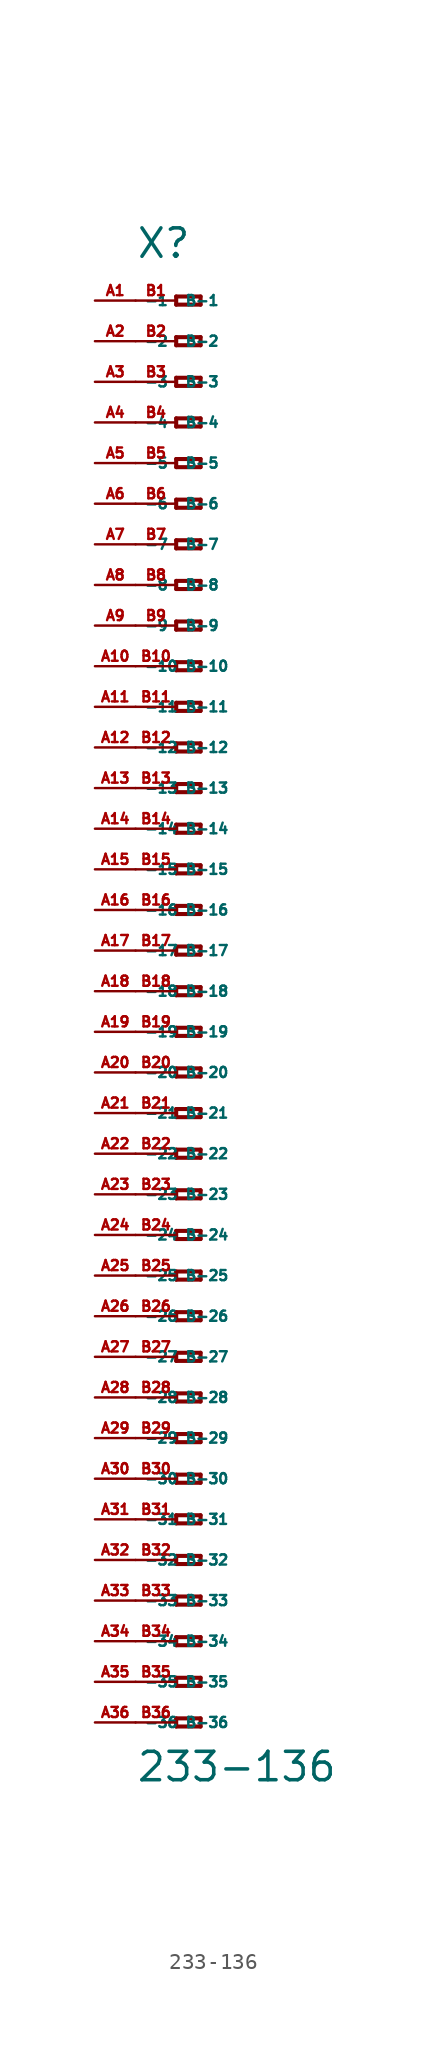
<source format=kicad_sym>
(kicad_symbol_lib
  (version 20220914)
  (generator Eagle2Kicad)
  (symbol "233-136"
    (property "Reference" "X"
      (at -5.08 45.72 0)
      (effects (font (size 1.778 1.778) (thickness 0.22)) (justify left bottom)))
    (property "Value" "233-136"
      (at -5.08 -49.53 0)
      (effects (font (size 1.778 1.778) (thickness 0.22)) (justify left bottom)))
    (polyline
      (pts (xy -2.54 43.434) (xy -2.54 42.926))
      (stroke (width 0.254) (type default))
      (fill (type none)))
    (polyline
      (pts (xy -2.54 42.926) (xy -1.016 42.926))
      (stroke (width 0.254) (type default))
      (fill (type none)))
    (polyline
      (pts (xy -1.016 42.926) (xy -1.016 43.434))
      (stroke (width 0.254) (type default))
      (fill (type none)))
    (polyline
      (pts (xy -1.016 43.434) (xy -2.54 43.434))
      (stroke (width 0.254) (type default))
      (fill (type none)))
    (polyline
      (pts (xy -2.54 40.894) (xy -2.54 40.386))
      (stroke (width 0.254) (type default))
      (fill (type none)))
    (polyline
      (pts (xy -2.54 40.386) (xy -1.016 40.386))
      (stroke (width 0.254) (type default))
      (fill (type none)))
    (polyline
      (pts (xy -1.016 40.386) (xy -1.016 40.894))
      (stroke (width 0.254) (type default))
      (fill (type none)))
    (polyline
      (pts (xy -1.016 40.894) (xy -2.54 40.894))
      (stroke (width 0.254) (type default))
      (fill (type none)))
    (polyline
      (pts (xy -2.54 38.354) (xy -2.54 37.846))
      (stroke (width 0.254) (type default))
      (fill (type none)))
    (polyline
      (pts (xy -2.54 37.846) (xy -1.016 37.846))
      (stroke (width 0.254) (type default))
      (fill (type none)))
    (polyline
      (pts (xy -1.016 37.846) (xy -1.016 38.354))
      (stroke (width 0.254) (type default))
      (fill (type none)))
    (polyline
      (pts (xy -1.016 38.354) (xy -2.54 38.354))
      (stroke (width 0.254) (type default))
      (fill (type none)))
    (polyline
      (pts (xy -2.54 35.814) (xy -2.54 35.306))
      (stroke (width 0.254) (type default))
      (fill (type none)))
    (polyline
      (pts (xy -2.54 35.306) (xy -1.016 35.306))
      (stroke (width 0.254) (type default))
      (fill (type none)))
    (polyline
      (pts (xy -1.016 35.306) (xy -1.016 35.814))
      (stroke (width 0.254) (type default))
      (fill (type none)))
    (polyline
      (pts (xy -1.016 35.814) (xy -2.54 35.814))
      (stroke (width 0.254) (type default))
      (fill (type none)))
    (polyline
      (pts (xy -2.54 33.274) (xy -2.54 32.766))
      (stroke (width 0.254) (type default))
      (fill (type none)))
    (polyline
      (pts (xy -2.54 32.766) (xy -1.016 32.766))
      (stroke (width 0.254) (type default))
      (fill (type none)))
    (polyline
      (pts (xy -1.016 32.766) (xy -1.016 33.274))
      (stroke (width 0.254) (type default))
      (fill (type none)))
    (polyline
      (pts (xy -1.016 33.274) (xy -2.54 33.274))
      (stroke (width 0.254) (type default))
      (fill (type none)))
    (polyline
      (pts (xy -2.54 30.734) (xy -2.54 30.226))
      (stroke (width 0.254) (type default))
      (fill (type none)))
    (polyline
      (pts (xy -2.54 30.226) (xy -1.016 30.226))
      (stroke (width 0.254) (type default))
      (fill (type none)))
    (polyline
      (pts (xy -1.016 30.226) (xy -1.016 30.734))
      (stroke (width 0.254) (type default))
      (fill (type none)))
    (polyline
      (pts (xy -1.016 30.734) (xy -2.54 30.734))
      (stroke (width 0.254) (type default))
      (fill (type none)))
    (polyline
      (pts (xy -2.54 28.194) (xy -2.54 27.686))
      (stroke (width 0.254) (type default))
      (fill (type none)))
    (polyline
      (pts (xy -2.54 27.686) (xy -1.016 27.686))
      (stroke (width 0.254) (type default))
      (fill (type none)))
    (polyline
      (pts (xy -1.016 27.686) (xy -1.016 28.194))
      (stroke (width 0.254) (type default))
      (fill (type none)))
    (polyline
      (pts (xy -1.016 28.194) (xy -2.54 28.194))
      (stroke (width 0.254) (type default))
      (fill (type none)))
    (polyline
      (pts (xy -2.54 25.654) (xy -2.54 25.146))
      (stroke (width 0.254) (type default))
      (fill (type none)))
    (polyline
      (pts (xy -2.54 25.146) (xy -1.016 25.146))
      (stroke (width 0.254) (type default))
      (fill (type none)))
    (polyline
      (pts (xy -1.016 25.146) (xy -1.016 25.654))
      (stroke (width 0.254) (type default))
      (fill (type none)))
    (polyline
      (pts (xy -1.016 25.654) (xy -2.54 25.654))
      (stroke (width 0.254) (type default))
      (fill (type none)))
    (polyline
      (pts (xy -2.54 23.114) (xy -2.54 22.606))
      (stroke (width 0.254) (type default))
      (fill (type none)))
    (polyline
      (pts (xy -2.54 22.606) (xy -1.016 22.606))
      (stroke (width 0.254) (type default))
      (fill (type none)))
    (polyline
      (pts (xy -1.016 22.606) (xy -1.016 23.114))
      (stroke (width 0.254) (type default))
      (fill (type none)))
    (polyline
      (pts (xy -1.016 23.114) (xy -2.54 23.114))
      (stroke (width 0.254) (type default))
      (fill (type none)))
    (polyline
      (pts (xy -2.54 20.574) (xy -2.54 20.066))
      (stroke (width 0.254) (type default))
      (fill (type none)))
    (polyline
      (pts (xy -2.54 20.066) (xy -1.016 20.066))
      (stroke (width 0.254) (type default))
      (fill (type none)))
    (polyline
      (pts (xy -1.016 20.066) (xy -1.016 20.574))
      (stroke (width 0.254) (type default))
      (fill (type none)))
    (polyline
      (pts (xy -1.016 20.574) (xy -2.54 20.574))
      (stroke (width 0.254) (type default))
      (fill (type none)))
    (polyline
      (pts (xy -2.54 18.034) (xy -2.54 17.526))
      (stroke (width 0.254) (type default))
      (fill (type none)))
    (polyline
      (pts (xy -2.54 17.526) (xy -1.016 17.526))
      (stroke (width 0.254) (type default))
      (fill (type none)))
    (polyline
      (pts (xy -1.016 17.526) (xy -1.016 18.034))
      (stroke (width 0.254) (type default))
      (fill (type none)))
    (polyline
      (pts (xy -1.016 18.034) (xy -2.54 18.034))
      (stroke (width 0.254) (type default))
      (fill (type none)))
    (polyline
      (pts (xy -2.54 15.494) (xy -2.54 14.986))
      (stroke (width 0.254) (type default))
      (fill (type none)))
    (polyline
      (pts (xy -2.54 14.986) (xy -1.016 14.986))
      (stroke (width 0.254) (type default))
      (fill (type none)))
    (polyline
      (pts (xy -1.016 14.986) (xy -1.016 15.494))
      (stroke (width 0.254) (type default))
      (fill (type none)))
    (polyline
      (pts (xy -1.016 15.494) (xy -2.54 15.494))
      (stroke (width 0.254) (type default))
      (fill (type none)))
    (polyline
      (pts (xy -2.54 12.954) (xy -2.54 12.446))
      (stroke (width 0.254) (type default))
      (fill (type none)))
    (polyline
      (pts (xy -2.54 12.446) (xy -1.016 12.446))
      (stroke (width 0.254) (type default))
      (fill (type none)))
    (polyline
      (pts (xy -1.016 12.446) (xy -1.016 12.954))
      (stroke (width 0.254) (type default))
      (fill (type none)))
    (polyline
      (pts (xy -1.016 12.954) (xy -2.54 12.954))
      (stroke (width 0.254) (type default))
      (fill (type none)))
    (polyline
      (pts (xy -2.54 10.414) (xy -2.54 9.906))
      (stroke (width 0.254) (type default))
      (fill (type none)))
    (polyline
      (pts (xy -2.54 9.906) (xy -1.016 9.906))
      (stroke (width 0.254) (type default))
      (fill (type none)))
    (polyline
      (pts (xy -1.016 9.906) (xy -1.016 10.414))
      (stroke (width 0.254) (type default))
      (fill (type none)))
    (polyline
      (pts (xy -1.016 10.414) (xy -2.54 10.414))
      (stroke (width 0.254) (type default))
      (fill (type none)))
    (polyline
      (pts (xy -2.54 7.874) (xy -2.54 7.366))
      (stroke (width 0.254) (type default))
      (fill (type none)))
    (polyline
      (pts (xy -2.54 7.366) (xy -1.016 7.366))
      (stroke (width 0.254) (type default))
      (fill (type none)))
    (polyline
      (pts (xy -1.016 7.366) (xy -1.016 7.874))
      (stroke (width 0.254) (type default))
      (fill (type none)))
    (polyline
      (pts (xy -1.016 7.874) (xy -2.54 7.874))
      (stroke (width 0.254) (type default))
      (fill (type none)))
    (polyline
      (pts (xy -2.54 5.334) (xy -2.54 4.826))
      (stroke (width 0.254) (type default))
      (fill (type none)))
    (polyline
      (pts (xy -2.54 4.826) (xy -1.016 4.826))
      (stroke (width 0.254) (type default))
      (fill (type none)))
    (polyline
      (pts (xy -1.016 4.826) (xy -1.016 5.334))
      (stroke (width 0.254) (type default))
      (fill (type none)))
    (polyline
      (pts (xy -1.016 5.334) (xy -2.54 5.334))
      (stroke (width 0.254) (type default))
      (fill (type none)))
    (polyline
      (pts (xy -2.54 2.794) (xy -2.54 2.286))
      (stroke (width 0.254) (type default))
      (fill (type none)))
    (polyline
      (pts (xy -2.54 2.286) (xy -1.016 2.286))
      (stroke (width 0.254) (type default))
      (fill (type none)))
    (polyline
      (pts (xy -1.016 2.286) (xy -1.016 2.794))
      (stroke (width 0.254) (type default))
      (fill (type none)))
    (polyline
      (pts (xy -1.016 2.794) (xy -2.54 2.794))
      (stroke (width 0.254) (type default))
      (fill (type none)))
    (polyline
      (pts (xy -2.54 0.254) (xy -2.54 -0.254))
      (stroke (width 0.254) (type default))
      (fill (type none)))
    (polyline
      (pts (xy -2.54 -0.254) (xy -1.016 -0.254))
      (stroke (width 0.254) (type default))
      (fill (type none)))
    (polyline
      (pts (xy -1.016 -0.254) (xy -1.016 0.254))
      (stroke (width 0.254) (type default))
      (fill (type none)))
    (polyline
      (pts (xy -1.016 0.254) (xy -2.54 0.254))
      (stroke (width 0.254) (type default))
      (fill (type none)))
    (polyline
      (pts (xy -2.54 -2.286) (xy -2.54 -2.794))
      (stroke (width 0.254) (type default))
      (fill (type none)))
    (polyline
      (pts (xy -2.54 -2.794) (xy -1.016 -2.794))
      (stroke (width 0.254) (type default))
      (fill (type none)))
    (polyline
      (pts (xy -1.016 -2.794) (xy -1.016 -2.286))
      (stroke (width 0.254) (type default))
      (fill (type none)))
    (polyline
      (pts (xy -1.016 -2.286) (xy -2.54 -2.286))
      (stroke (width 0.254) (type default))
      (fill (type none)))
    (polyline
      (pts (xy -2.54 -4.826) (xy -2.54 -5.334))
      (stroke (width 0.254) (type default))
      (fill (type none)))
    (polyline
      (pts (xy -2.54 -5.334) (xy -1.016 -5.334))
      (stroke (width 0.254) (type default))
      (fill (type none)))
    (polyline
      (pts (xy -1.016 -5.334) (xy -1.016 -4.826))
      (stroke (width 0.254) (type default))
      (fill (type none)))
    (polyline
      (pts (xy -1.016 -4.826) (xy -2.54 -4.826))
      (stroke (width 0.254) (type default))
      (fill (type none)))
    (polyline
      (pts (xy -2.54 -7.366) (xy -2.54 -7.874))
      (stroke (width 0.254) (type default))
      (fill (type none)))
    (polyline
      (pts (xy -2.54 -7.874) (xy -1.016 -7.874))
      (stroke (width 0.254) (type default))
      (fill (type none)))
    (polyline
      (pts (xy -1.016 -7.874) (xy -1.016 -7.366))
      (stroke (width 0.254) (type default))
      (fill (type none)))
    (polyline
      (pts (xy -1.016 -7.366) (xy -2.54 -7.366))
      (stroke (width 0.254) (type default))
      (fill (type none)))
    (polyline
      (pts (xy -2.54 -9.906) (xy -2.54 -10.414))
      (stroke (width 0.254) (type default))
      (fill (type none)))
    (polyline
      (pts (xy -2.54 -10.414) (xy -1.016 -10.414))
      (stroke (width 0.254) (type default))
      (fill (type none)))
    (polyline
      (pts (xy -1.016 -10.414) (xy -1.016 -9.906))
      (stroke (width 0.254) (type default))
      (fill (type none)))
    (polyline
      (pts (xy -1.016 -9.906) (xy -2.54 -9.906))
      (stroke (width 0.254) (type default))
      (fill (type none)))
    (polyline
      (pts (xy -2.54 -12.446) (xy -2.54 -12.954))
      (stroke (width 0.254) (type default))
      (fill (type none)))
    (polyline
      (pts (xy -2.54 -12.954) (xy -1.016 -12.954))
      (stroke (width 0.254) (type default))
      (fill (type none)))
    (polyline
      (pts (xy -1.016 -12.954) (xy -1.016 -12.446))
      (stroke (width 0.254) (type default))
      (fill (type none)))
    (polyline
      (pts (xy -1.016 -12.446) (xy -2.54 -12.446))
      (stroke (width 0.254) (type default))
      (fill (type none)))
    (polyline
      (pts (xy -2.54 -14.986) (xy -2.54 -15.494))
      (stroke (width 0.254) (type default))
      (fill (type none)))
    (polyline
      (pts (xy -2.54 -15.494) (xy -1.016 -15.494))
      (stroke (width 0.254) (type default))
      (fill (type none)))
    (polyline
      (pts (xy -1.016 -15.494) (xy -1.016 -14.986))
      (stroke (width 0.254) (type default))
      (fill (type none)))
    (polyline
      (pts (xy -1.016 -14.986) (xy -2.54 -14.986))
      (stroke (width 0.254) (type default))
      (fill (type none)))
    (polyline
      (pts (xy -2.54 -17.526) (xy -2.54 -18.034))
      (stroke (width 0.254) (type default))
      (fill (type none)))
    (polyline
      (pts (xy -2.54 -18.034) (xy -1.016 -18.034))
      (stroke (width 0.254) (type default))
      (fill (type none)))
    (polyline
      (pts (xy -1.016 -18.034) (xy -1.016 -17.526))
      (stroke (width 0.254) (type default))
      (fill (type none)))
    (polyline
      (pts (xy -1.016 -17.526) (xy -2.54 -17.526))
      (stroke (width 0.254) (type default))
      (fill (type none)))
    (polyline
      (pts (xy -2.54 -20.066) (xy -2.54 -20.574))
      (stroke (width 0.254) (type default))
      (fill (type none)))
    (polyline
      (pts (xy -2.54 -20.574) (xy -1.016 -20.574))
      (stroke (width 0.254) (type default))
      (fill (type none)))
    (polyline
      (pts (xy -1.016 -20.574) (xy -1.016 -20.066))
      (stroke (width 0.254) (type default))
      (fill (type none)))
    (polyline
      (pts (xy -1.016 -20.066) (xy -2.54 -20.066))
      (stroke (width 0.254) (type default))
      (fill (type none)))
    (polyline
      (pts (xy -2.54 -22.606) (xy -2.54 -23.114))
      (stroke (width 0.254) (type default))
      (fill (type none)))
    (polyline
      (pts (xy -2.54 -23.114) (xy -1.016 -23.114))
      (stroke (width 0.254) (type default))
      (fill (type none)))
    (polyline
      (pts (xy -1.016 -23.114) (xy -1.016 -22.606))
      (stroke (width 0.254) (type default))
      (fill (type none)))
    (polyline
      (pts (xy -1.016 -22.606) (xy -2.54 -22.606))
      (stroke (width 0.254) (type default))
      (fill (type none)))
    (polyline
      (pts (xy -2.54 -25.146) (xy -2.54 -25.654))
      (stroke (width 0.254) (type default))
      (fill (type none)))
    (polyline
      (pts (xy -2.54 -25.654) (xy -1.016 -25.654))
      (stroke (width 0.254) (type default))
      (fill (type none)))
    (polyline
      (pts (xy -1.016 -25.654) (xy -1.016 -25.146))
      (stroke (width 0.254) (type default))
      (fill (type none)))
    (polyline
      (pts (xy -1.016 -25.146) (xy -2.54 -25.146))
      (stroke (width 0.254) (type default))
      (fill (type none)))
    (polyline
      (pts (xy -2.54 -27.686) (xy -2.54 -28.194))
      (stroke (width 0.254) (type default))
      (fill (type none)))
    (polyline
      (pts (xy -2.54 -28.194) (xy -1.016 -28.194))
      (stroke (width 0.254) (type default))
      (fill (type none)))
    (polyline
      (pts (xy -1.016 -28.194) (xy -1.016 -27.686))
      (stroke (width 0.254) (type default))
      (fill (type none)))
    (polyline
      (pts (xy -1.016 -27.686) (xy -2.54 -27.686))
      (stroke (width 0.254) (type default))
      (fill (type none)))
    (polyline
      (pts (xy -2.54 -30.226) (xy -2.54 -30.734))
      (stroke (width 0.254) (type default))
      (fill (type none)))
    (polyline
      (pts (xy -2.54 -30.734) (xy -1.016 -30.734))
      (stroke (width 0.254) (type default))
      (fill (type none)))
    (polyline
      (pts (xy -1.016 -30.734) (xy -1.016 -30.226))
      (stroke (width 0.254) (type default))
      (fill (type none)))
    (polyline
      (pts (xy -1.016 -30.226) (xy -2.54 -30.226))
      (stroke (width 0.254) (type default))
      (fill (type none)))
    (polyline
      (pts (xy -2.54 -32.766) (xy -2.54 -33.274))
      (stroke (width 0.254) (type default))
      (fill (type none)))
    (polyline
      (pts (xy -2.54 -33.274) (xy -1.016 -33.274))
      (stroke (width 0.254) (type default))
      (fill (type none)))
    (polyline
      (pts (xy -1.016 -33.274) (xy -1.016 -32.766))
      (stroke (width 0.254) (type default))
      (fill (type none)))
    (polyline
      (pts (xy -1.016 -32.766) (xy -2.54 -32.766))
      (stroke (width 0.254) (type default))
      (fill (type none)))
    (polyline
      (pts (xy -2.54 -35.306) (xy -2.54 -35.814))
      (stroke (width 0.254) (type default))
      (fill (type none)))
    (polyline
      (pts (xy -2.54 -35.814) (xy -1.016 -35.814))
      (stroke (width 0.254) (type default))
      (fill (type none)))
    (polyline
      (pts (xy -1.016 -35.814) (xy -1.016 -35.306))
      (stroke (width 0.254) (type default))
      (fill (type none)))
    (polyline
      (pts (xy -1.016 -35.306) (xy -2.54 -35.306))
      (stroke (width 0.254) (type default))
      (fill (type none)))
    (polyline
      (pts (xy -2.54 -37.846) (xy -2.54 -38.354))
      (stroke (width 0.254) (type default))
      (fill (type none)))
    (polyline
      (pts (xy -2.54 -38.354) (xy -1.016 -38.354))
      (stroke (width 0.254) (type default))
      (fill (type none)))
    (polyline
      (pts (xy -1.016 -38.354) (xy -1.016 -37.846))
      (stroke (width 0.254) (type default))
      (fill (type none)))
    (polyline
      (pts (xy -1.016 -37.846) (xy -2.54 -37.846))
      (stroke (width 0.254) (type default))
      (fill (type none)))
    (polyline
      (pts (xy -2.54 -40.386) (xy -2.54 -40.894))
      (stroke (width 0.254) (type default))
      (fill (type none)))
    (polyline
      (pts (xy -2.54 -40.894) (xy -1.016 -40.894))
      (stroke (width 0.254) (type default))
      (fill (type none)))
    (polyline
      (pts (xy -1.016 -40.894) (xy -1.016 -40.386))
      (stroke (width 0.254) (type default))
      (fill (type none)))
    (polyline
      (pts (xy -1.016 -40.386) (xy -2.54 -40.386))
      (stroke (width 0.254) (type default))
      (fill (type none)))
    (polyline
      (pts (xy -2.54 -42.926) (xy -2.54 -43.434))
      (stroke (width 0.254) (type default))
      (fill (type none)))
    (polyline
      (pts (xy -2.54 -43.434) (xy -1.016 -43.434))
      (stroke (width 0.254) (type default))
      (fill (type none)))
    (polyline
      (pts (xy -1.016 -43.434) (xy -1.016 -42.926))
      (stroke (width 0.254) (type default))
      (fill (type none)))
    (polyline
      (pts (xy -1.016 -42.926) (xy -2.54 -42.926))
      (stroke (width 0.254) (type default))
      (fill (type none)))
    (polyline
      (pts (xy -2.54 -45.466) (xy -2.54 -45.974))
      (stroke (width 0.254) (type default))
      (fill (type none)))
    (polyline
      (pts (xy -2.54 -45.974) (xy -1.016 -45.974))
      (stroke (width 0.254) (type default))
      (fill (type none)))
    (polyline
      (pts (xy -1.016 -45.974) (xy -1.016 -45.466))
      (stroke (width 0.254) (type default))
      (fill (type none)))
    (polyline
      (pts (xy -1.016 -45.466) (xy -2.54 -45.466))
      (stroke (width 0.254) (type default))
      (fill (type none)))
    (pin passive line
      (at -7.62 43.18 0)
      (length 2.54)
      (name "-1" (effects (font (size 0.635 0.635) (thickness 0.08)) (justify left bottom)))
      (number "A1" (effects (font (size 0.635 0.635) (thickness 0.08)) (justify left bottom))))
    (pin passive line
      (at -7.62 40.64 0)
      (length 2.54)
      (name "-2" (effects (font (size 0.635 0.635) (thickness 0.08)) (justify left bottom)))
      (number "A2" (effects (font (size 0.635 0.635) (thickness 0.08)) (justify left bottom))))
    (pin passive line
      (at -7.62 38.1 0)
      (length 2.54)
      (name "-3" (effects (font (size 0.635 0.635) (thickness 0.08)) (justify left bottom)))
      (number "A3" (effects (font (size 0.635 0.635) (thickness 0.08)) (justify left bottom))))
    (pin passive line
      (at -7.62 35.56 0)
      (length 2.54)
      (name "-4" (effects (font (size 0.635 0.635) (thickness 0.08)) (justify left bottom)))
      (number "A4" (effects (font (size 0.635 0.635) (thickness 0.08)) (justify left bottom))))
    (pin passive line
      (at -7.62 33.02 0)
      (length 2.54)
      (name "-5" (effects (font (size 0.635 0.635) (thickness 0.08)) (justify left bottom)))
      (number "A5" (effects (font (size 0.635 0.635) (thickness 0.08)) (justify left bottom))))
    (pin passive line
      (at -7.62 30.48 0)
      (length 2.54)
      (name "-6" (effects (font (size 0.635 0.635) (thickness 0.08)) (justify left bottom)))
      (number "A6" (effects (font (size 0.635 0.635) (thickness 0.08)) (justify left bottom))))
    (pin passive line
      (at -7.62 27.94 0)
      (length 2.54)
      (name "-7" (effects (font (size 0.635 0.635) (thickness 0.08)) (justify left bottom)))
      (number "A7" (effects (font (size 0.635 0.635) (thickness 0.08)) (justify left bottom))))
    (pin passive line
      (at -7.62 25.4 0)
      (length 2.54)
      (name "-8" (effects (font (size 0.635 0.635) (thickness 0.08)) (justify left bottom)))
      (number "A8" (effects (font (size 0.635 0.635) (thickness 0.08)) (justify left bottom))))
    (pin passive line
      (at -7.62 22.86 0)
      (length 2.54)
      (name "-9" (effects (font (size 0.635 0.635) (thickness 0.08)) (justify left bottom)))
      (number "A9" (effects (font (size 0.635 0.635) (thickness 0.08)) (justify left bottom))))
    (pin passive line
      (at -7.62 20.32 0)
      (length 2.54)
      (name "-10" (effects (font (size 0.635 0.635) (thickness 0.08)) (justify left bottom)))
      (number "A10" (effects (font (size 0.635 0.635) (thickness 0.08)) (justify left bottom))))
    (pin passive line
      (at -7.62 17.78 0)
      (length 2.54)
      (name "-11" (effects (font (size 0.635 0.635) (thickness 0.08)) (justify left bottom)))
      (number "A11" (effects (font (size 0.635 0.635) (thickness 0.08)) (justify left bottom))))
    (pin passive line
      (at -7.62 15.24 0)
      (length 2.54)
      (name "-12" (effects (font (size 0.635 0.635) (thickness 0.08)) (justify left bottom)))
      (number "A12" (effects (font (size 0.635 0.635) (thickness 0.08)) (justify left bottom))))
    (pin passive line
      (at -7.62 12.7 0)
      (length 2.54)
      (name "-13" (effects (font (size 0.635 0.635) (thickness 0.08)) (justify left bottom)))
      (number "A13" (effects (font (size 0.635 0.635) (thickness 0.08)) (justify left bottom))))
    (pin passive line
      (at -7.62 10.16 0)
      (length 2.54)
      (name "-14" (effects (font (size 0.635 0.635) (thickness 0.08)) (justify left bottom)))
      (number "A14" (effects (font (size 0.635 0.635) (thickness 0.08)) (justify left bottom))))
    (pin passive line
      (at -7.62 7.62 0)
      (length 2.54)
      (name "-15" (effects (font (size 0.635 0.635) (thickness 0.08)) (justify left bottom)))
      (number "A15" (effects (font (size 0.635 0.635) (thickness 0.08)) (justify left bottom))))
    (pin passive line
      (at -7.62 5.08 0)
      (length 2.54)
      (name "-16" (effects (font (size 0.635 0.635) (thickness 0.08)) (justify left bottom)))
      (number "A16" (effects (font (size 0.635 0.635) (thickness 0.08)) (justify left bottom))))
    (pin passive line
      (at -7.62 2.54 0)
      (length 2.54)
      (name "-17" (effects (font (size 0.635 0.635) (thickness 0.08)) (justify left bottom)))
      (number "A17" (effects (font (size 0.635 0.635) (thickness 0.08)) (justify left bottom))))
    (pin passive line
      (at -7.62 0 0)
      (length 2.54)
      (name "-18" (effects (font (size 0.635 0.635) (thickness 0.08)) (justify left bottom)))
      (number "A18" (effects (font (size 0.635 0.635) (thickness 0.08)) (justify left bottom))))
    (pin passive line
      (at -7.62 -2.54 0)
      (length 2.54)
      (name "-19" (effects (font (size 0.635 0.635) (thickness 0.08)) (justify left bottom)))
      (number "A19" (effects (font (size 0.635 0.635) (thickness 0.08)) (justify left bottom))))
    (pin passive line
      (at -7.62 -5.08 0)
      (length 2.54)
      (name "-20" (effects (font (size 0.635 0.635) (thickness 0.08)) (justify left bottom)))
      (number "A20" (effects (font (size 0.635 0.635) (thickness 0.08)) (justify left bottom))))
    (pin passive line
      (at -7.62 -7.62 0)
      (length 2.54)
      (name "-21" (effects (font (size 0.635 0.635) (thickness 0.08)) (justify left bottom)))
      (number "A21" (effects (font (size 0.635 0.635) (thickness 0.08)) (justify left bottom))))
    (pin passive line
      (at -7.62 -10.16 0)
      (length 2.54)
      (name "-22" (effects (font (size 0.635 0.635) (thickness 0.08)) (justify left bottom)))
      (number "A22" (effects (font (size 0.635 0.635) (thickness 0.08)) (justify left bottom))))
    (pin passive line
      (at -7.62 -12.7 0)
      (length 2.54)
      (name "-23" (effects (font (size 0.635 0.635) (thickness 0.08)) (justify left bottom)))
      (number "A23" (effects (font (size 0.635 0.635) (thickness 0.08)) (justify left bottom))))
    (pin passive line
      (at -7.62 -15.24 0)
      (length 2.54)
      (name "-24" (effects (font (size 0.635 0.635) (thickness 0.08)) (justify left bottom)))
      (number "A24" (effects (font (size 0.635 0.635) (thickness 0.08)) (justify left bottom))))
    (pin passive line
      (at -7.62 -17.78 0)
      (length 2.54)
      (name "-25" (effects (font (size 0.635 0.635) (thickness 0.08)) (justify left bottom)))
      (number "A25" (effects (font (size 0.635 0.635) (thickness 0.08)) (justify left bottom))))
    (pin passive line
      (at -7.62 -20.32 0)
      (length 2.54)
      (name "-26" (effects (font (size 0.635 0.635) (thickness 0.08)) (justify left bottom)))
      (number "A26" (effects (font (size 0.635 0.635) (thickness 0.08)) (justify left bottom))))
    (pin passive line
      (at -7.62 -22.86 0)
      (length 2.54)
      (name "-27" (effects (font (size 0.635 0.635) (thickness 0.08)) (justify left bottom)))
      (number "A27" (effects (font (size 0.635 0.635) (thickness 0.08)) (justify left bottom))))
    (pin passive line
      (at -7.62 -25.4 0)
      (length 2.54)
      (name "-28" (effects (font (size 0.635 0.635) (thickness 0.08)) (justify left bottom)))
      (number "A28" (effects (font (size 0.635 0.635) (thickness 0.08)) (justify left bottom))))
    (pin passive line
      (at -7.62 -27.94 0)
      (length 2.54)
      (name "-29" (effects (font (size 0.635 0.635) (thickness 0.08)) (justify left bottom)))
      (number "A29" (effects (font (size 0.635 0.635) (thickness 0.08)) (justify left bottom))))
    (pin passive line
      (at -7.62 -30.48 0)
      (length 2.54)
      (name "-30" (effects (font (size 0.635 0.635) (thickness 0.08)) (justify left bottom)))
      (number "A30" (effects (font (size 0.635 0.635) (thickness 0.08)) (justify left bottom))))
    (pin passive line
      (at -7.62 -33.02 0)
      (length 2.54)
      (name "-31" (effects (font (size 0.635 0.635) (thickness 0.08)) (justify left bottom)))
      (number "A31" (effects (font (size 0.635 0.635) (thickness 0.08)) (justify left bottom))))
    (pin passive line
      (at -7.62 -35.56 0)
      (length 2.54)
      (name "-32" (effects (font (size 0.635 0.635) (thickness 0.08)) (justify left bottom)))
      (number "A32" (effects (font (size 0.635 0.635) (thickness 0.08)) (justify left bottom))))
    (pin passive line
      (at -7.62 -38.1 0)
      (length 2.54)
      (name "-33" (effects (font (size 0.635 0.635) (thickness 0.08)) (justify left bottom)))
      (number "A33" (effects (font (size 0.635 0.635) (thickness 0.08)) (justify left bottom))))
    (pin passive line
      (at -7.62 -40.64 0)
      (length 2.54)
      (name "-34" (effects (font (size 0.635 0.635) (thickness 0.08)) (justify left bottom)))
      (number "A34" (effects (font (size 0.635 0.635) (thickness 0.08)) (justify left bottom))))
    (pin passive line
      (at -7.62 -43.18 0)
      (length 2.54)
      (name "-35" (effects (font (size 0.635 0.635) (thickness 0.08)) (justify left bottom)))
      (number "A35" (effects (font (size 0.635 0.635) (thickness 0.08)) (justify left bottom))))
    (pin passive line
      (at -7.62 -45.72 0)
      (length 2.54)
      (name "-36" (effects (font (size 0.635 0.635) (thickness 0.08)) (justify left bottom)))
      (number "A36" (effects (font (size 0.635 0.635) (thickness 0.08)) (justify left bottom))))
    (pin passive line
      (at -5.08 -45.72 0)
      (length 2.54)
      (name "B-36" (effects (font (size 0.635 0.635) (thickness 0.08)) (justify left bottom)))
      (number "B36" (effects (font (size 0.635 0.635) (thickness 0.08)) (justify left bottom))))
    (pin passive line
      (at -5.08 43.18 0)
      (length 2.54)
      (name "B-1" (effects (font (size 0.635 0.635) (thickness 0.08)) (justify left bottom)))
      (number "B1" (effects (font (size 0.635 0.635) (thickness 0.08)) (justify left bottom))))
    (pin passive line
      (at -5.08 40.64 0)
      (length 2.54)
      (name "B-2" (effects (font (size 0.635 0.635) (thickness 0.08)) (justify left bottom)))
      (number "B2" (effects (font (size 0.635 0.635) (thickness 0.08)) (justify left bottom))))
    (pin passive line
      (at -5.08 38.1 0)
      (length 2.54)
      (name "B-3" (effects (font (size 0.635 0.635) (thickness 0.08)) (justify left bottom)))
      (number "B3" (effects (font (size 0.635 0.635) (thickness 0.08)) (justify left bottom))))
    (pin passive line
      (at -5.08 35.56 0)
      (length 2.54)
      (name "B-4" (effects (font (size 0.635 0.635) (thickness 0.08)) (justify left bottom)))
      (number "B4" (effects (font (size 0.635 0.635) (thickness 0.08)) (justify left bottom))))
    (pin passive line
      (at -5.08 33.02 0)
      (length 2.54)
      (name "B-5" (effects (font (size 0.635 0.635) (thickness 0.08)) (justify left bottom)))
      (number "B5" (effects (font (size 0.635 0.635) (thickness 0.08)) (justify left bottom))))
    (pin passive line
      (at -5.08 30.48 0)
      (length 2.54)
      (name "B-6" (effects (font (size 0.635 0.635) (thickness 0.08)) (justify left bottom)))
      (number "B6" (effects (font (size 0.635 0.635) (thickness 0.08)) (justify left bottom))))
    (pin passive line
      (at -5.08 27.94 0)
      (length 2.54)
      (name "B-7" (effects (font (size 0.635 0.635) (thickness 0.08)) (justify left bottom)))
      (number "B7" (effects (font (size 0.635 0.635) (thickness 0.08)) (justify left bottom))))
    (pin passive line
      (at -5.08 25.4 0)
      (length 2.54)
      (name "B-8" (effects (font (size 0.635 0.635) (thickness 0.08)) (justify left bottom)))
      (number "B8" (effects (font (size 0.635 0.635) (thickness 0.08)) (justify left bottom))))
    (pin passive line
      (at -5.08 22.86 0)
      (length 2.54)
      (name "B-9" (effects (font (size 0.635 0.635) (thickness 0.08)) (justify left bottom)))
      (number "B9" (effects (font (size 0.635 0.635) (thickness 0.08)) (justify left bottom))))
    (pin passive line
      (at -5.08 20.32 0)
      (length 2.54)
      (name "B-10" (effects (font (size 0.635 0.635) (thickness 0.08)) (justify left bottom)))
      (number "B10" (effects (font (size 0.635 0.635) (thickness 0.08)) (justify left bottom))))
    (pin passive line
      (at -5.08 17.78 0)
      (length 2.54)
      (name "B-11" (effects (font (size 0.635 0.635) (thickness 0.08)) (justify left bottom)))
      (number "B11" (effects (font (size 0.635 0.635) (thickness 0.08)) (justify left bottom))))
    (pin passive line
      (at -5.08 15.24 0)
      (length 2.54)
      (name "B-12" (effects (font (size 0.635 0.635) (thickness 0.08)) (justify left bottom)))
      (number "B12" (effects (font (size 0.635 0.635) (thickness 0.08)) (justify left bottom))))
    (pin passive line
      (at -5.08 12.7 0)
      (length 2.54)
      (name "B-13" (effects (font (size 0.635 0.635) (thickness 0.08)) (justify left bottom)))
      (number "B13" (effects (font (size 0.635 0.635) (thickness 0.08)) (justify left bottom))))
    (pin passive line
      (at -5.08 10.16 0)
      (length 2.54)
      (name "B-14" (effects (font (size 0.635 0.635) (thickness 0.08)) (justify left bottom)))
      (number "B14" (effects (font (size 0.635 0.635) (thickness 0.08)) (justify left bottom))))
    (pin passive line
      (at -5.08 7.62 0)
      (length 2.54)
      (name "B-15" (effects (font (size 0.635 0.635) (thickness 0.08)) (justify left bottom)))
      (number "B15" (effects (font (size 0.635 0.635) (thickness 0.08)) (justify left bottom))))
    (pin passive line
      (at -5.08 5.08 0)
      (length 2.54)
      (name "B-16" (effects (font (size 0.635 0.635) (thickness 0.08)) (justify left bottom)))
      (number "B16" (effects (font (size 0.635 0.635) (thickness 0.08)) (justify left bottom))))
    (pin passive line
      (at -5.08 2.54 0)
      (length 2.54)
      (name "B-17" (effects (font (size 0.635 0.635) (thickness 0.08)) (justify left bottom)))
      (number "B17" (effects (font (size 0.635 0.635) (thickness 0.08)) (justify left bottom))))
    (pin passive line
      (at -5.08 0 0)
      (length 2.54)
      (name "B-18" (effects (font (size 0.635 0.635) (thickness 0.08)) (justify left bottom)))
      (number "B18" (effects (font (size 0.635 0.635) (thickness 0.08)) (justify left bottom))))
    (pin passive line
      (at -5.08 -2.54 0)
      (length 2.54)
      (name "B-19" (effects (font (size 0.635 0.635) (thickness 0.08)) (justify left bottom)))
      (number "B19" (effects (font (size 0.635 0.635) (thickness 0.08)) (justify left bottom))))
    (pin passive line
      (at -5.08 -5.08 0)
      (length 2.54)
      (name "B-20" (effects (font (size 0.635 0.635) (thickness 0.08)) (justify left bottom)))
      (number "B20" (effects (font (size 0.635 0.635) (thickness 0.08)) (justify left bottom))))
    (pin passive line
      (at -5.08 -7.62 0)
      (length 2.54)
      (name "B-21" (effects (font (size 0.635 0.635) (thickness 0.08)) (justify left bottom)))
      (number "B21" (effects (font (size 0.635 0.635) (thickness 0.08)) (justify left bottom))))
    (pin passive line
      (at -5.08 -10.16 0)
      (length 2.54)
      (name "B-22" (effects (font (size 0.635 0.635) (thickness 0.08)) (justify left bottom)))
      (number "B22" (effects (font (size 0.635 0.635) (thickness 0.08)) (justify left bottom))))
    (pin passive line
      (at -5.08 -12.7 0)
      (length 2.54)
      (name "B-23" (effects (font (size 0.635 0.635) (thickness 0.08)) (justify left bottom)))
      (number "B23" (effects (font (size 0.635 0.635) (thickness 0.08)) (justify left bottom))))
    (pin passive line
      (at -5.08 -15.24 0)
      (length 2.54)
      (name "B-24" (effects (font (size 0.635 0.635) (thickness 0.08)) (justify left bottom)))
      (number "B24" (effects (font (size 0.635 0.635) (thickness 0.08)) (justify left bottom))))
    (pin passive line
      (at -5.08 -17.78 0)
      (length 2.54)
      (name "B-25" (effects (font (size 0.635 0.635) (thickness 0.08)) (justify left bottom)))
      (number "B25" (effects (font (size 0.635 0.635) (thickness 0.08)) (justify left bottom))))
    (pin passive line
      (at -5.08 -20.32 0)
      (length 2.54)
      (name "B-26" (effects (font (size 0.635 0.635) (thickness 0.08)) (justify left bottom)))
      (number "B26" (effects (font (size 0.635 0.635) (thickness 0.08)) (justify left bottom))))
    (pin passive line
      (at -5.08 -22.86 0)
      (length 2.54)
      (name "B-27" (effects (font (size 0.635 0.635) (thickness 0.08)) (justify left bottom)))
      (number "B27" (effects (font (size 0.635 0.635) (thickness 0.08)) (justify left bottom))))
    (pin passive line
      (at -5.08 -25.4 0)
      (length 2.54)
      (name "B-28" (effects (font (size 0.635 0.635) (thickness 0.08)) (justify left bottom)))
      (number "B28" (effects (font (size 0.635 0.635) (thickness 0.08)) (justify left bottom))))
    (pin passive line
      (at -5.08 -27.94 0)
      (length 2.54)
      (name "B-29" (effects (font (size 0.635 0.635) (thickness 0.08)) (justify left bottom)))
      (number "B29" (effects (font (size 0.635 0.635) (thickness 0.08)) (justify left bottom))))
    (pin passive line
      (at -5.08 -30.48 0)
      (length 2.54)
      (name "B-30" (effects (font (size 0.635 0.635) (thickness 0.08)) (justify left bottom)))
      (number "B30" (effects (font (size 0.635 0.635) (thickness 0.08)) (justify left bottom))))
    (pin passive line
      (at -5.08 -33.02 0)
      (length 2.54)
      (name "B-31" (effects (font (size 0.635 0.635) (thickness 0.08)) (justify left bottom)))
      (number "B31" (effects (font (size 0.635 0.635) (thickness 0.08)) (justify left bottom))))
    (pin passive line
      (at -5.08 -35.56 0)
      (length 2.54)
      (name "B-32" (effects (font (size 0.635 0.635) (thickness 0.08)) (justify left bottom)))
      (number "B32" (effects (font (size 0.635 0.635) (thickness 0.08)) (justify left bottom))))
    (pin passive line
      (at -5.08 -38.1 0)
      (length 2.54)
      (name "B-33" (effects (font (size 0.635 0.635) (thickness 0.08)) (justify left bottom)))
      (number "B33" (effects (font (size 0.635 0.635) (thickness 0.08)) (justify left bottom))))
    (pin passive line
      (at -5.08 -40.64 0)
      (length 2.54)
      (name "B-34" (effects (font (size 0.635 0.635) (thickness 0.08)) (justify left bottom)))
      (number "B34" (effects (font (size 0.635 0.635) (thickness 0.08)) (justify left bottom))))
    (pin passive line
      (at -5.08 -43.18 0)
      (length 2.54)
      (name "B-35" (effects (font (size 0.635 0.635) (thickness 0.08)) (justify left bottom)))
      (number "B35" (effects (font (size 0.635 0.635) (thickness 0.08)) (justify left bottom))))))
</source>
